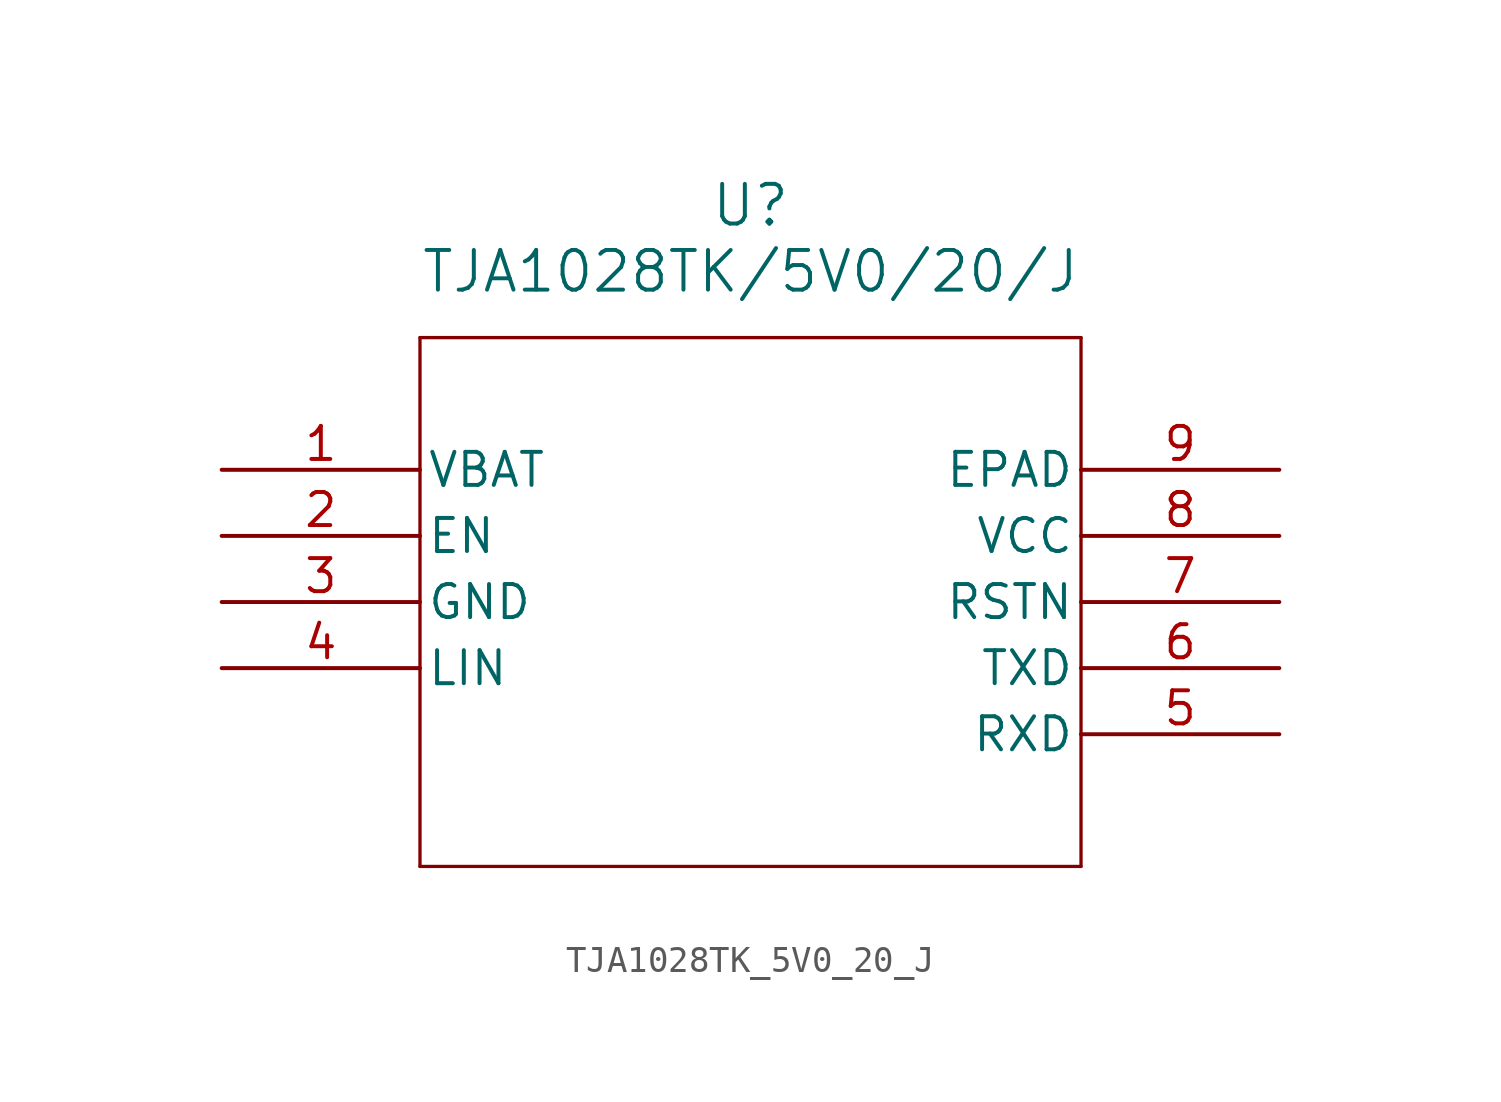
<source format=kicad_sym>
(kicad_symbol_lib
  (version 20211014)
  (generator kicad_symbol_editor)
  (symbol "TJA1028TK_5V0_20_J"
    (pin_names
      (offset 0.254))
    (property "Reference" "U"
      (at 20.32 10.16 0)
      (effects (font (size 1.524 1.524))))
    (property "Value" "TJA1028TK/5V0/20/J"
      (at 20.32 7.62 0)
      (effects (font (size 1.524 1.524))))
    (symbol "TJA1028TK_5V0_20_J_0_1"
      (polyline (pts (xy 7.62 5.08) (xy 7.62 -15.24)) (stroke (width 0.127) (type default) (color 0 0 0 0)) (fill (type none)))
      (polyline (pts (xy 7.62 -15.24) (xy 33.02 -15.24)) (stroke (width 0.127) (type default) (color 0 0 0 0)) (fill (type none)))
      (polyline (pts (xy 33.02 -15.24) (xy 33.02 5.08)) (stroke (width 0.127) (type default) (color 0 0 0 0)) (fill (type none)))
      (polyline (pts (xy 33.02 5.08) (xy 7.62 5.08)) (stroke (width 0.127) (type default) (color 0 0 0 0)) (fill (type none)))
      (pin power_in line (at 0 0 0) (length 7.62) (name "VBAT" (effects (font (size 1.27 1.27)))) (number "1" (effects (font (size 1.27 1.27)))))
      (pin input line (at 0 -2.54 0) (length 7.62) (name "EN" (effects (font (size 1.27 1.27)))) (number "2" (effects (font (size 1.27 1.27)))))
      (pin power_in line (at 0 -5.08 0) (length 7.62) (name "GND" (effects (font (size 1.27 1.27)))) (number "3" (effects (font (size 1.27 1.27)))))
      (pin unspecified line (at 0 -7.62 0) (length 7.62) (name "LIN" (effects (font (size 1.27 1.27)))) (number "4" (effects (font (size 1.27 1.27)))))
      (pin output line (at 40.64 -10.16 180) (length 7.62) (name "RXD" (effects (font (size 1.27 1.27)))) (number "5" (effects (font (size 1.27 1.27)))))
      (pin input line (at 40.64 -7.62 180) (length 7.62) (name "TXD" (effects (font (size 1.27 1.27)))) (number "6" (effects (font (size 1.27 1.27)))))
      (pin output line (at 40.64 -5.08 180) (length 7.62) (name "RSTN" (effects (font (size 1.27 1.27)))) (number "7" (effects (font (size 1.27 1.27)))))
      (pin power_in line (at 40.64 -2.54 180) (length 7.62) (name "VCC" (effects (font (size 1.27 1.27)))) (number "8" (effects (font (size 1.27 1.27)))))
      (pin unspecified line (at 40.64 0 180) (length 7.62) (name "EPAD" (effects (font (size 1.27 1.27)))) (number "9" (effects (font (size 1.27 1.27))))))))
</source>
